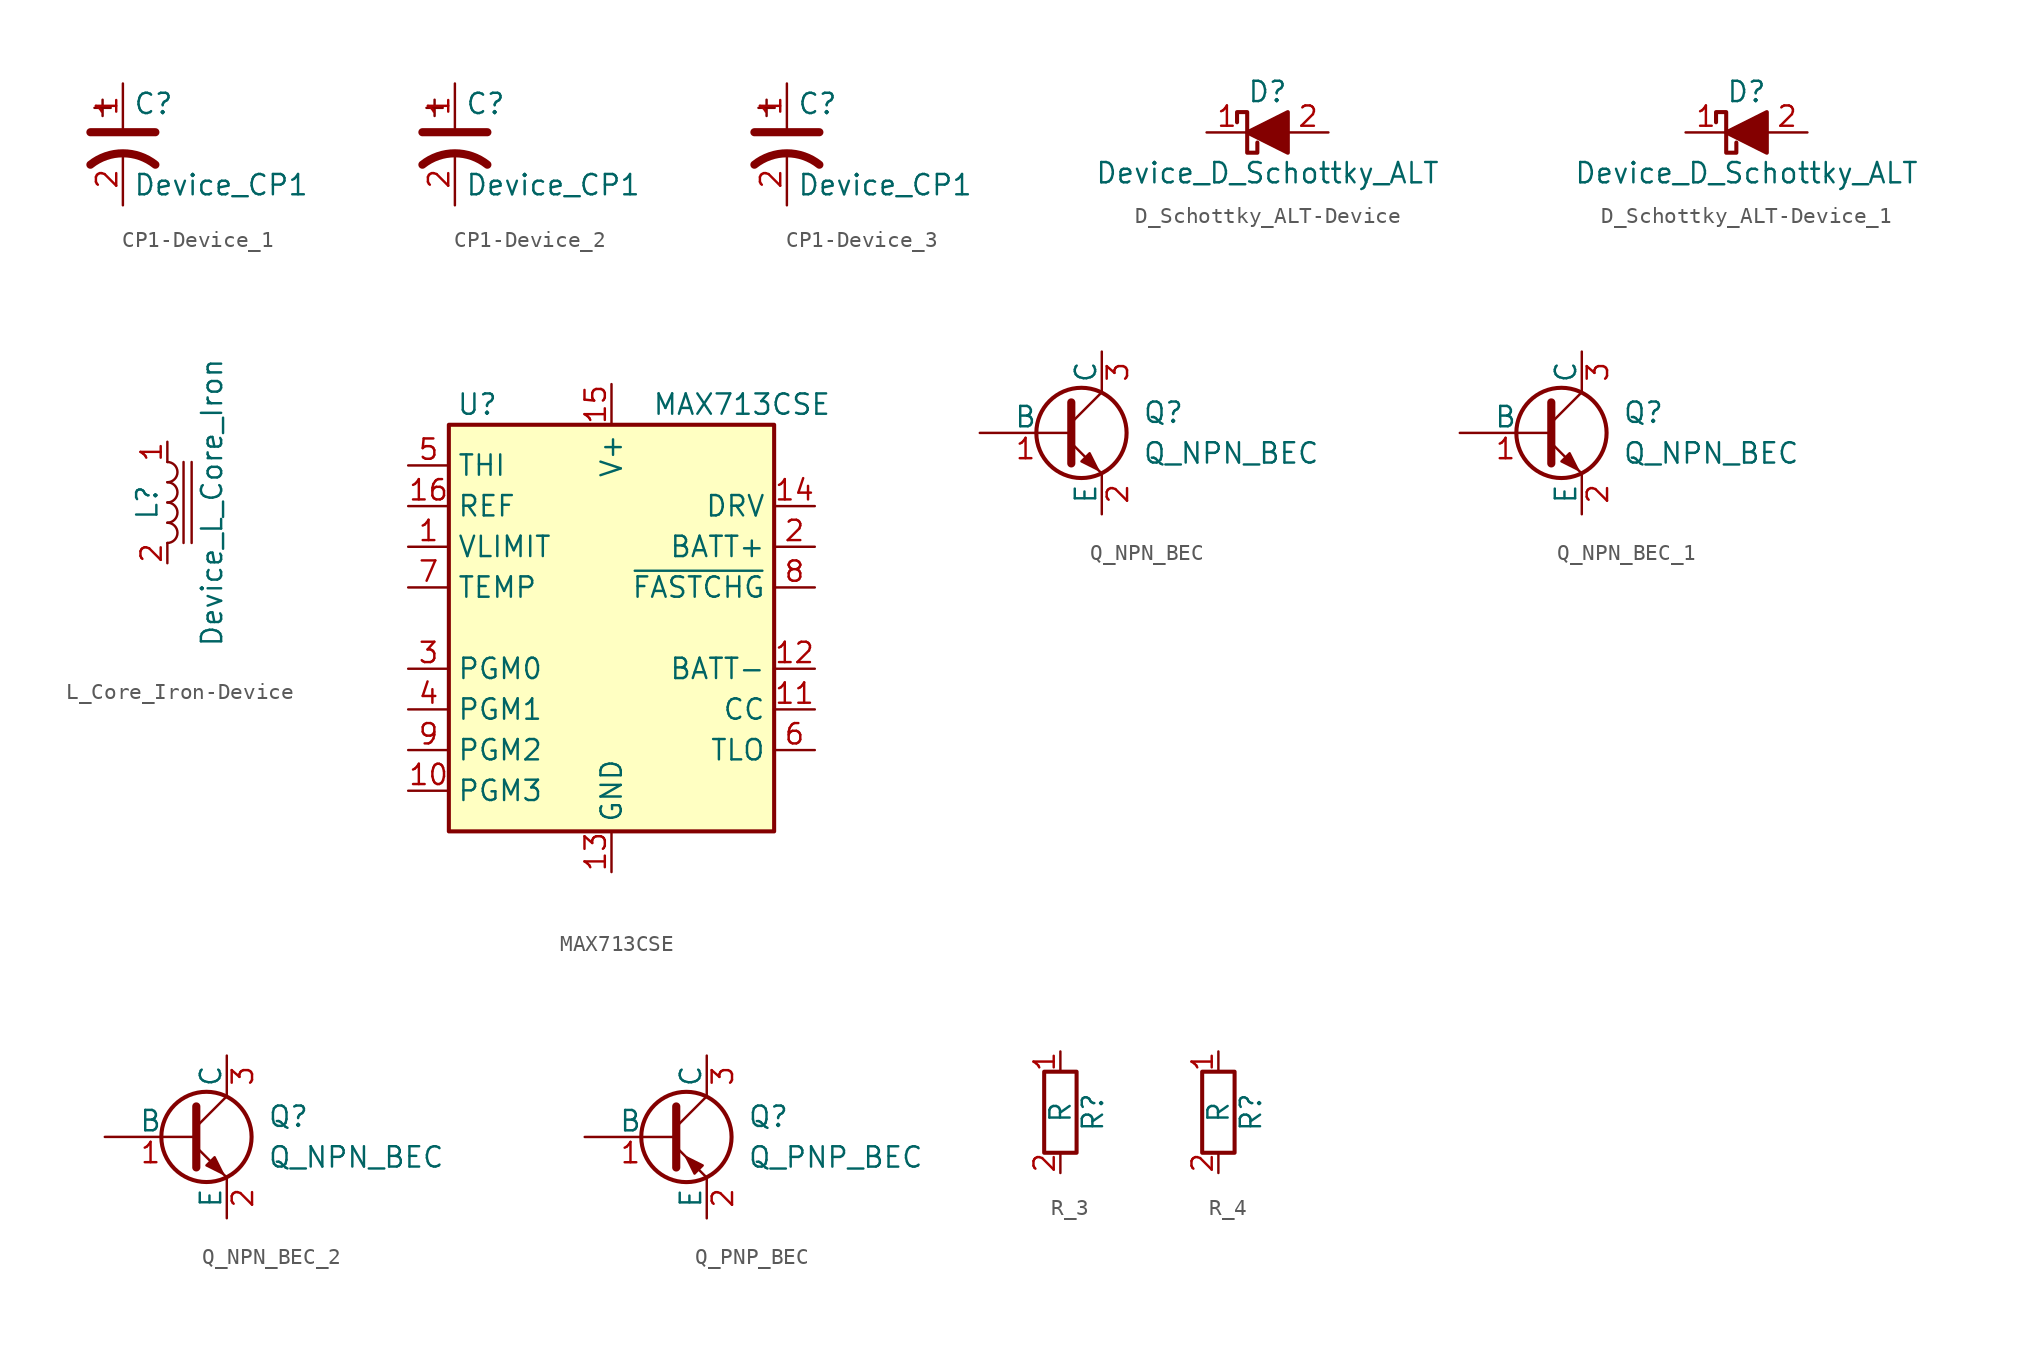
<source format=kicad_sym>
(kicad_symbol_lib
  (version 20231120)
  (generator "kicad_symbol_editor")
  (generator_version "8.0")
  (symbol "CP1-Device_1"
    (pin_names
      (offset 0.254) hide)
    (property "Reference" "C"
      (at 0.635 2.54 0)
      (effects (font (size 1.27 1.27)) (justify left)))
    (property "Value" "Device_CP1"
      (at 0.635 -2.54 0)
      (effects (font (size 1.27 1.27)) (justify left)))
    (symbol "CP1-Device_1_0_1"
      (polyline (pts (xy -2.032 0.762) (xy 2.032 0.762)) (stroke (width 0.508) (type solid)) (fill (type none)))
      (polyline (pts (xy -1.778 2.286) (xy -0.762 2.286)) (stroke (width 0) (type solid)) (fill (type none)))
      (polyline (pts (xy -1.27 1.778) (xy -1.27 2.794)) (stroke (width 0) (type solid)) (fill (type none)))
      (arc (start 2.032 -1.27) (mid 0 -0.5572) (end -2.032 -1.27) (stroke (width 0.508) (type solid)) (fill (type none))))
    (symbol "CP1-Device_1_1_1"
      (pin passive line (at 0 3.81 270) (length 2.794) (name "~" (effects (font (size 1.27 1.27)))) (number "1" (effects (font (size 1.27 1.27)))))
      (pin passive line (at 0 -3.81 90) (length 3.302) (name "~" (effects (font (size 1.27 1.27)))) (number "2" (effects (font (size 1.27 1.27)))))))
  (symbol "CP1-Device_2"
    (pin_names
      (offset 0.254) hide)
    (property "Reference" "C"
      (at 0.635 2.54 0)
      (effects (font (size 1.27 1.27)) (justify left)))
    (property "Value" "Device_CP1"
      (at 0.635 -2.54 0)
      (effects (font (size 1.27 1.27)) (justify left)))
    (symbol "CP1-Device_2_0_1"
      (polyline (pts (xy -2.032 0.762) (xy 2.032 0.762)) (stroke (width 0.508) (type solid)) (fill (type none)))
      (polyline (pts (xy -1.778 2.286) (xy -0.762 2.286)) (stroke (width 0) (type solid)) (fill (type none)))
      (polyline (pts (xy -1.27 1.778) (xy -1.27 2.794)) (stroke (width 0) (type solid)) (fill (type none)))
      (arc (start 2.032 -1.27) (mid 0 -0.5572) (end -2.032 -1.27) (stroke (width 0.508) (type solid)) (fill (type none))))
    (symbol "CP1-Device_2_1_1"
      (pin passive line (at 0 3.81 270) (length 2.794) (name "~" (effects (font (size 1.27 1.27)))) (number "1" (effects (font (size 1.27 1.27)))))
      (pin passive line (at 0 -3.81 90) (length 3.302) (name "~" (effects (font (size 1.27 1.27)))) (number "2" (effects (font (size 1.27 1.27)))))))
  (symbol "CP1-Device_3"
    (pin_names
      (offset 0.254) hide)
    (property "Reference" "C"
      (at 0.635 2.54 0)
      (effects (font (size 1.27 1.27)) (justify left)))
    (property "Value" "Device_CP1"
      (at 0.635 -2.54 0)
      (effects (font (size 1.27 1.27)) (justify left)))
    (symbol "CP1-Device_3_0_1"
      (polyline (pts (xy -2.032 0.762) (xy 2.032 0.762)) (stroke (width 0.508) (type solid)) (fill (type none)))
      (polyline (pts (xy -1.778 2.286) (xy -0.762 2.286)) (stroke (width 0) (type solid)) (fill (type none)))
      (polyline (pts (xy -1.27 1.778) (xy -1.27 2.794)) (stroke (width 0) (type solid)) (fill (type none)))
      (arc (start 2.032 -1.27) (mid 0 -0.5572) (end -2.032 -1.27) (stroke (width 0.508) (type solid)) (fill (type none))))
    (symbol "CP1-Device_3_1_1"
      (pin passive line (at 0 3.81 270) (length 2.794) (name "~" (effects (font (size 1.27 1.27)))) (number "1" (effects (font (size 1.27 1.27)))))
      (pin passive line (at 0 -3.81 90) (length 3.302) (name "~" (effects (font (size 1.27 1.27)))) (number "2" (effects (font (size 1.27 1.27)))))))
  (symbol "D_Schottky_ALT-Device"
    (pin_names
      (offset 1.016) hide)
    (property "Reference" "D"
      (at 0 2.54 0)
      (effects (font (size 1.27 1.27))))
    (property "Value" "Device_D_Schottky_ALT"
      (at 0 -2.54 0)
      (effects (font (size 1.27 1.27))))
    (symbol "D_Schottky_ALT-Device_0_1"
      (polyline (pts (xy 1.27 0) (xy -1.27 0)) (stroke (width 0) (type solid)) (fill (type none)))
      (polyline (pts (xy 1.27 1.27) (xy 1.27 -1.27) (xy -1.27 0) (xy 1.27 1.27)) (stroke (width 0.254) (type solid)) (fill (type outline)))
      (polyline (pts (xy -1.905 0.635) (xy -1.905 1.27) (xy -1.27 1.27) (xy -1.27 -1.27) (xy -0.635 -1.27) (xy -0.635 -0.635)) (stroke (width 0.254) (type solid)) (fill (type none))))
    (symbol "D_Schottky_ALT-Device_1_1"
      (pin passive line (at -3.81 0 0) (length 2.54) (name "K" (effects (font (size 1.27 1.27)))) (number "1" (effects (font (size 1.27 1.27)))))
      (pin passive line (at 3.81 0 180) (length 2.54) (name "A" (effects (font (size 1.27 1.27)))) (number "2" (effects (font (size 1.27 1.27)))))))
  (symbol "D_Schottky_ALT-Device_1"
    (pin_names
      (offset 1.016) hide)
    (property "Reference" "D"
      (at 0 2.54 0)
      (effects (font (size 1.27 1.27))))
    (property "Value" "Device_D_Schottky_ALT"
      (at 0 -2.54 0)
      (effects (font (size 1.27 1.27))))
    (symbol "D_Schottky_ALT-Device_1_0_1"
      (polyline (pts (xy 1.27 0) (xy -1.27 0)) (stroke (width 0) (type solid)) (fill (type none)))
      (polyline (pts (xy 1.27 1.27) (xy 1.27 -1.27) (xy -1.27 0) (xy 1.27 1.27)) (stroke (width 0.254) (type solid)) (fill (type outline)))
      (polyline (pts (xy -1.905 0.635) (xy -1.905 1.27) (xy -1.27 1.27) (xy -1.27 -1.27) (xy -0.635 -1.27) (xy -0.635 -0.635)) (stroke (width 0.254) (type solid)) (fill (type none))))
    (symbol "D_Schottky_ALT-Device_1_1_1"
      (pin passive line (at -3.81 0 0) (length 2.54) (name "K" (effects (font (size 1.27 1.27)))) (number "1" (effects (font (size 1.27 1.27)))))
      (pin passive line (at 3.81 0 180) (length 2.54) (name "A" (effects (font (size 1.27 1.27)))) (number "2" (effects (font (size 1.27 1.27)))))))
  (symbol "L_Core_Iron-Device"
    (pin_names
      (offset 1.016) hide)
    (property "Reference" "L"
      (at -1.27 0 90)
      (effects (font (size 1.27 1.27))))
    (property "Value" "Device_L_Core_Iron"
      (at 2.794 0 90)
      (effects (font (size 1.27 1.27))))
    (symbol "L_Core_Iron-Device_0_1"
      (arc (start 0 -2.54) (mid 0.635 -1.905) (end 0 -1.27) (stroke (width 0) (type solid)) (fill (type none)))
      (arc (start 0 -1.27) (mid 0.635 -0.635) (end 0 0) (stroke (width 0) (type solid)) (fill (type none)))
      (polyline (pts (xy 1.016 2.54) (xy 1.016 -2.54)) (stroke (width 0) (type solid)) (fill (type none)))
      (polyline (pts (xy 1.524 -2.54) (xy 1.524 2.54)) (stroke (width 0) (type solid)) (fill (type none)))
      (arc (start 0 0) (mid 0.635 0.635) (end 0 1.27) (stroke (width 0) (type solid)) (fill (type none)))
      (arc (start 0 1.27) (mid 0.635 1.905) (end 0 2.54) (stroke (width 0) (type solid)) (fill (type none))))
    (symbol "L_Core_Iron-Device_1_1"
      (pin passive line (at 0 3.81 270) (length 1.27) (name "1" (effects (font (size 1.27 1.27)))) (number "1" (effects (font (size 1.27 1.27)))))
      (pin passive line (at 0 -3.81 90) (length 1.27) (name "2" (effects (font (size 1.27 1.27)))) (number "2" (effects (font (size 1.27 1.27)))))))
  (symbol "MAX713CSE"
    (property "Reference" "U"
      (at -8.382 13.97 0)
      (effects (font (size 1.27 1.27))))
    (property "Value" "MAX713CSE"
      (at 2.54 13.97 0)
      (effects (font (size 1.27 1.27)) (justify left)))
    (symbol "MAX713CSE_0_1"
      (rectangle (start -10.16 12.7) (end 10.16 -12.7) (stroke (width 0.254) (type default)) (fill (type background))))
    (symbol "MAX713CSE_1_1"
      (pin input line (at -12.7 5.08 0) (length 2.54) (name "VLIMIT" (effects (font (size 1.27 1.27)))) (number "1" (effects (font (size 1.27 1.27)))))
      (pin input line (at -12.7 -10.16 0) (length 2.54) (name "PGM3" (effects (font (size 1.27 1.27)))) (number "10" (effects (font (size 1.27 1.27)))))
      (pin input line (at 12.7 -5.08 180) (length 2.54) (name "CC" (effects (font (size 1.27 1.27)))) (number "11" (effects (font (size 1.27 1.27)))))
      (pin input line (at 12.7 -2.54 180) (length 2.54) (name "BATT-" (effects (font (size 1.27 1.27)))) (number "12" (effects (font (size 1.27 1.27)))))
      (pin power_in line (at 0 -15.24 90) (length 2.54) (name "GND" (effects (font (size 1.27 1.27)))) (number "13" (effects (font (size 1.27 1.27)))))
      (pin output line (at 12.7 7.62 180) (length 2.54) (name "DRV" (effects (font (size 1.27 1.27)))) (number "14" (effects (font (size 1.27 1.27)))))
      (pin power_in line (at 0 15.24 270) (length 2.54) (name "V+" (effects (font (size 1.27 1.27)))) (number "15" (effects (font (size 1.27 1.27)))))
      (pin power_in line (at -12.7 7.62 0) (length 2.54) (name "REF" (effects (font (size 1.27 1.27)))) (number "16" (effects (font (size 1.27 1.27)))))
      (pin power_out line (at 12.7 5.08 180) (length 2.54) (name "BATT+" (effects (font (size 1.27 1.27)))) (number "2" (effects (font (size 1.27 1.27)))))
      (pin power_out line (at -12.7 -2.54 0) (length 2.54) (name "PGM0" (effects (font (size 1.27 1.27)))) (number "3" (effects (font (size 1.27 1.27)))))
      (pin power_out line (at -12.7 -5.08 0) (length 2.54) (name "PGM1" (effects (font (size 1.27 1.27)))) (number "4" (effects (font (size 1.27 1.27)))))
      (pin input line (at -12.7 10.16 0) (length 2.54) (name "THI" (effects (font (size 1.27 1.27)))) (number "5" (effects (font (size 1.27 1.27)))))
      (pin input line (at 12.7 -7.62 180) (length 2.54) (name "TLO" (effects (font (size 1.27 1.27)))) (number "6" (effects (font (size 1.27 1.27)))))
      (pin input line (at -12.7 2.54 0) (length 2.54) (name "TEMP" (effects (font (size 1.27 1.27)))) (number "7" (effects (font (size 1.27 1.27)))))
      (pin open_collector line (at 12.7 2.54 180) (length 2.54) (name "~{FASTCHG}" (effects (font (size 1.27 1.27)))) (number "8" (effects (font (size 1.27 1.27)))))
      (pin input line (at -12.7 -7.62 0) (length 2.54) (name "PGM2" (effects (font (size 1.27 1.27)))) (number "9" (effects (font (size 1.27 1.27)))))))
  (symbol "Q_NPN_BEC"
    (pin_names
      (offset 0))
    (property "Reference" "Q"
      (at 5.08 1.27 0)
      (effects (font (size 1.27 1.27)) (justify left)))
    (property "Value" "Q_NPN_BEC"
      (at 5.08 -1.27 0)
      (effects (font (size 1.27 1.27)) (justify left)))
    (symbol "Q_NPN_BEC_0_1"
      (polyline (pts (xy 0.635 0.635) (xy 2.54 2.54)) (stroke (width 0) (type default)) (fill (type none)))
      (polyline (pts (xy 0.635 -0.635) (xy 2.54 -2.54) (xy 2.54 -2.54)) (stroke (width 0) (type default)) (fill (type none)))
      (polyline (pts (xy 0.635 1.905) (xy 0.635 -1.905) (xy 0.635 -1.905)) (stroke (width 0.508) (type default)) (fill (type none)))
      (polyline (pts (xy 1.27 -1.778) (xy 1.778 -1.27) (xy 2.286 -2.286) (xy 1.27 -1.778) (xy 1.27 -1.778)) (stroke (width 0) (type default)) (fill (type outline)))
      (circle (center 1.27 0) (radius 2.819) (stroke (width 0.254) (type default)) (fill (type none))))
    (symbol "Q_NPN_BEC_1_1"
      (pin input line (at -5.08 0 0) (length 5.715) (name "B" (effects (font (size 1.27 1.27)))) (number "1" (effects (font (size 1.27 1.27)))))
      (pin passive line (at 2.54 -5.08 90) (length 2.54) (name "E" (effects (font (size 1.27 1.27)))) (number "2" (effects (font (size 1.27 1.27)))))
      (pin passive line (at 2.54 5.08 270) (length 2.54) (name "C" (effects (font (size 1.27 1.27)))) (number "3" (effects (font (size 1.27 1.27)))))))
  (symbol "Q_NPN_BEC_1"
    (pin_names
      (offset 0))
    (property "Reference" "Q"
      (at 5.08 1.27 0)
      (effects (font (size 1.27 1.27)) (justify left)))
    (property "Value" "Q_NPN_BEC"
      (at 5.08 -1.27 0)
      (effects (font (size 1.27 1.27)) (justify left)))
    (symbol "Q_NPN_BEC_1_0_1"
      (polyline (pts (xy 0.635 0.635) (xy 2.54 2.54)) (stroke (width 0) (type default)) (fill (type none)))
      (polyline (pts (xy 0.635 -0.635) (xy 2.54 -2.54) (xy 2.54 -2.54)) (stroke (width 0) (type default)) (fill (type none)))
      (polyline (pts (xy 0.635 1.905) (xy 0.635 -1.905) (xy 0.635 -1.905)) (stroke (width 0.508) (type default)) (fill (type none)))
      (polyline (pts (xy 1.27 -1.778) (xy 1.778 -1.27) (xy 2.286 -2.286) (xy 1.27 -1.778) (xy 1.27 -1.778)) (stroke (width 0) (type default)) (fill (type outline)))
      (circle (center 1.27 0) (radius 2.819) (stroke (width 0.254) (type default)) (fill (type none))))
    (symbol "Q_NPN_BEC_1_1_1"
      (pin input line (at -5.08 0 0) (length 5.715) (name "B" (effects (font (size 1.27 1.27)))) (number "1" (effects (font (size 1.27 1.27)))))
      (pin passive line (at 2.54 -5.08 90) (length 2.54) (name "E" (effects (font (size 1.27 1.27)))) (number "2" (effects (font (size 1.27 1.27)))))
      (pin passive line (at 2.54 5.08 270) (length 2.54) (name "C" (effects (font (size 1.27 1.27)))) (number "3" (effects (font (size 1.27 1.27)))))))
  (symbol "Q_NPN_BEC_2"
    (pin_names
      (offset 0))
    (property "Reference" "Q"
      (at 5.08 1.27 0)
      (effects (font (size 1.27 1.27)) (justify left)))
    (property "Value" "Q_NPN_BEC"
      (at 5.08 -1.27 0)
      (effects (font (size 1.27 1.27)) (justify left)))
    (symbol "Q_NPN_BEC_2_0_1"
      (polyline (pts (xy 0.635 0.635) (xy 2.54 2.54)) (stroke (width 0) (type default)) (fill (type none)))
      (polyline (pts (xy 0.635 -0.635) (xy 2.54 -2.54) (xy 2.54 -2.54)) (stroke (width 0) (type default)) (fill (type none)))
      (polyline (pts (xy 0.635 1.905) (xy 0.635 -1.905) (xy 0.635 -1.905)) (stroke (width 0.508) (type default)) (fill (type none)))
      (polyline (pts (xy 1.27 -1.778) (xy 1.778 -1.27) (xy 2.286 -2.286) (xy 1.27 -1.778) (xy 1.27 -1.778)) (stroke (width 0) (type default)) (fill (type outline)))
      (circle (center 1.27 0) (radius 2.819) (stroke (width 0.254) (type default)) (fill (type none))))
    (symbol "Q_NPN_BEC_2_1_1"
      (pin input line (at -5.08 0 0) (length 5.715) (name "B" (effects (font (size 1.27 1.27)))) (number "1" (effects (font (size 1.27 1.27)))))
      (pin passive line (at 2.54 -5.08 90) (length 2.54) (name "E" (effects (font (size 1.27 1.27)))) (number "2" (effects (font (size 1.27 1.27)))))
      (pin passive line (at 2.54 5.08 270) (length 2.54) (name "C" (effects (font (size 1.27 1.27)))) (number "3" (effects (font (size 1.27 1.27)))))))
  (symbol "Q_PNP_BEC"
    (pin_names
      (offset 0))
    (property "Reference" "Q"
      (at 5.08 1.27 0)
      (effects (font (size 1.27 1.27)) (justify left)))
    (property "Value" "Q_PNP_BEC"
      (at 5.08 -1.27 0)
      (effects (font (size 1.27 1.27)) (justify left)))
    (symbol "Q_PNP_BEC_0_1"
      (polyline (pts (xy 0.635 0.635) (xy 2.54 2.54)) (stroke (width 0) (type default)) (fill (type none)))
      (polyline (pts (xy 0.635 -0.635) (xy 2.54 -2.54) (xy 2.54 -2.54)) (stroke (width 0) (type default)) (fill (type none)))
      (polyline (pts (xy 0.635 1.905) (xy 0.635 -1.905) (xy 0.635 -1.905)) (stroke (width 0.508) (type default)) (fill (type none)))
      (polyline (pts (xy 2.286 -1.778) (xy 1.778 -2.286) (xy 1.27 -1.27) (xy 2.286 -1.778) (xy 2.286 -1.778)) (stroke (width 0) (type default)) (fill (type outline)))
      (circle (center 1.27 0) (radius 2.819) (stroke (width 0.254) (type default)) (fill (type none))))
    (symbol "Q_PNP_BEC_1_1"
      (pin input line (at -5.08 0 0) (length 5.715) (name "B" (effects (font (size 1.27 1.27)))) (number "1" (effects (font (size 1.27 1.27)))))
      (pin passive line (at 2.54 -5.08 90) (length 2.54) (name "E" (effects (font (size 1.27 1.27)))) (number "2" (effects (font (size 1.27 1.27)))))
      (pin passive line (at 2.54 5.08 270) (length 2.54) (name "C" (effects (font (size 1.27 1.27)))) (number "3" (effects (font (size 1.27 1.27)))))))
  (symbol "R_3"
    (pin_names
      (offset 0) hide)
    (property "Reference" "R"
      (at 2.032 0 90)
      (effects (font (size 1.27 1.27))))
    (property "Value" "R"
      (at 0 0 90)
      (effects (font (size 1.27 1.27))))
    (symbol "R_3_0_1"
      (rectangle (start -1.016 -2.54) (end 1.016 2.54) (stroke (width 0.254) (type default)) (fill (type none))))
    (symbol "R_3_1_1"
      (pin passive line (at 0 3.81 270) (length 1.27) (name "~" (effects (font (size 1.27 1.27)))) (number "1" (effects (font (size 1.27 1.27)))))
      (pin passive line (at 0 -3.81 90) (length 1.27) (name "~" (effects (font (size 1.27 1.27)))) (number "2" (effects (font (size 1.27 1.27)))))))
  (symbol "R_4"
    (pin_names
      (offset 0) hide)
    (property "Reference" "R"
      (at 2.032 0 90)
      (effects (font (size 1.27 1.27))))
    (property "Value" "R"
      (at 0 0 90)
      (effects (font (size 1.27 1.27))))
    (symbol "R_4_0_1"
      (rectangle (start -1.016 -2.54) (end 1.016 2.54) (stroke (width 0.254) (type default)) (fill (type none))))
    (symbol "R_4_1_1"
      (pin passive line (at 0 3.81 270) (length 1.27) (name "~" (effects (font (size 1.27 1.27)))) (number "1" (effects (font (size 1.27 1.27)))))
      (pin passive line (at 0 -3.81 90) (length 1.27) (name "~" (effects (font (size 1.27 1.27)))) (number "2" (effects (font (size 1.27 1.27))))))))
</source>
